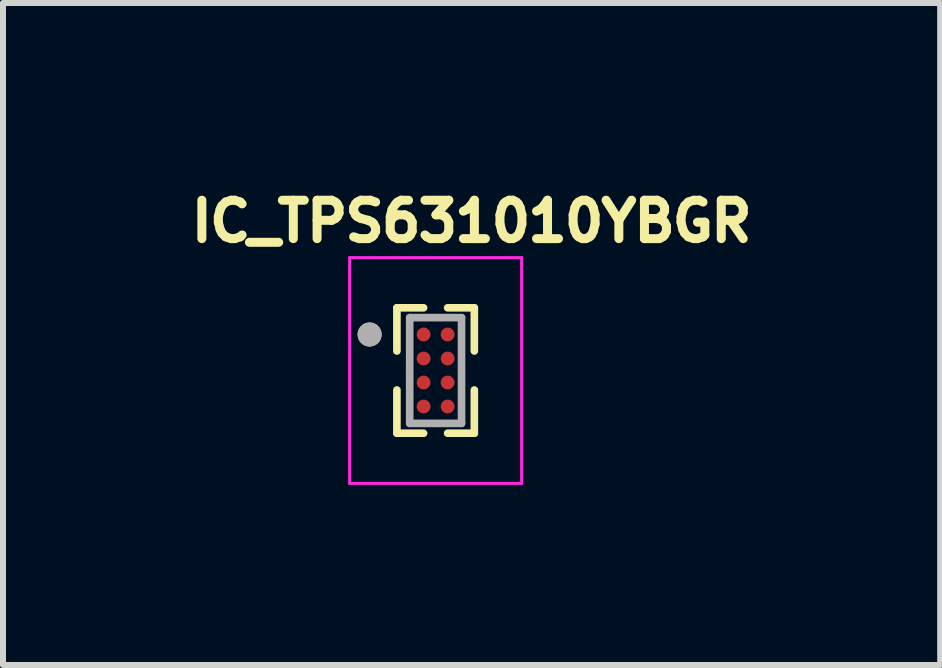
<source format=kicad_pcb>
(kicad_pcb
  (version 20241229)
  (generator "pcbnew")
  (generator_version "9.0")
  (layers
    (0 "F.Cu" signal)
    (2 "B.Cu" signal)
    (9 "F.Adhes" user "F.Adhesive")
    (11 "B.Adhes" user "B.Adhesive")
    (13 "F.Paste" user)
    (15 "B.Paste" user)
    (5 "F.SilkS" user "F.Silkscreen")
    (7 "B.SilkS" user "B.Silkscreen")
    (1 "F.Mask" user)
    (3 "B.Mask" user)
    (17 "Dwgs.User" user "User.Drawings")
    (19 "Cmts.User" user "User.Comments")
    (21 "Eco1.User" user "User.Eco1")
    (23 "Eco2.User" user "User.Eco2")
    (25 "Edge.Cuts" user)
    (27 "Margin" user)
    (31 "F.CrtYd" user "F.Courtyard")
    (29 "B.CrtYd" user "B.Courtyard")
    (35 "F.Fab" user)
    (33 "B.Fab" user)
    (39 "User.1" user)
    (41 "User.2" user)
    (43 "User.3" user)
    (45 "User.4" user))
  (footprint "IC_TPS631010YBGR"
    (layer "F.Cu")
    (at 4.209 3.124)
    (property "Reference" "IC_TPS631010YBGR" (at 0.6 -2.486 0) (layer "F.SilkS") (effects (font (size 0.64 0.64) (thickness 0.15))))
    (attr smd)
    (fp_circle (center -0.2 -0.6) (end -0.117 -0.6) (stroke (width 0.165) (type solid)) (fill no) (layer "F.Mask"))
    (fp_circle (center -0.2 -0.2) (end -0.117 -0.2) (stroke (width 0.165) (type solid)) (fill no) (layer "F.Mask"))
    (fp_circle (center -0.2 0.2) (end -0.117 0.2) (stroke (width 0.165) (type solid)) (fill no) (layer "F.Mask"))
    (fp_circle (center -0.2 0.6) (end -0.117 0.6) (stroke (width 0.165) (type solid)) (fill no) (layer "F.Mask"))
    (fp_circle (center 0.2 -0.6) (end 0.282 -0.6) (stroke (width 0.165) (type solid)) (fill no) (layer "F.Mask"))
    (fp_circle (center 0.2 -0.2) (end 0.282 -0.2) (stroke (width 0.165) (type solid)) (fill no) (layer "F.Mask"))
    (fp_circle (center 0.2 0.2) (end 0.282 0.2) (stroke (width 0.165) (type solid)) (fill no) (layer "F.Mask"))
    (fp_circle (center 0.2 0.6) (end 0.282 0.6) (stroke (width 0.165) (type solid)) (fill no) (layer "F.Mask"))
    (fp_line (start -0.645 -1.045) (end -0.645 -0.325) (stroke (width 0.127) (type solid)) (layer "F.SilkS"))
    (fp_line (start -0.645 0.325) (end -0.645 1.045) (stroke (width 0.127) (type solid)) (layer "F.SilkS"))
    (fp_line (start -0.645 1.045) (end -0.2 1.045) (stroke (width 0.127) (type solid)) (layer "F.SilkS"))
    (fp_line (start -0.2 -1.045) (end -0.645 -1.045) (stroke (width 0.127) (type solid)) (layer "F.SilkS"))
    (fp_line (start 0.2 -1.045) (end 0.645 -1.045) (stroke (width 0.127) (type solid)) (layer "F.SilkS"))
    (fp_line (start 0.2 1.045) (end 0.645 1.045) (stroke (width 0.127) (type solid)) (layer "F.SilkS"))
    (fp_line (start 0.645 -1.045) (end 0.645 -0.325) (stroke (width 0.127) (type solid)) (layer "F.SilkS"))
    (fp_line (start 0.645 1.045) (end 0.645 0.325) (stroke (width 0.127) (type solid)) (layer "F.SilkS"))
    (fp_circle (center -1.1 -0.6) (end -1 -0.6) (stroke (width 0.2) (type solid)) (fill no) (layer "F.SilkS"))
    (fp_poly (pts (xy -0.075 -0.675) (xy -0.075 -0.525) (xy -0.075 -0.522) (xy -0.075 -0.52) (xy -0.076 -0.517) (xy -0.076 -0.515) (xy -0.077 -0.512) (xy -0.077 -0.51) (xy -0.078 -0.507) (xy -0.079 -0.505) (xy -0.08 -0.502) (xy -0.082 -0.5) (xy -0.083 -0.498) (xy -0.085 -0.496) (xy -0.086 -0.494) (xy -0.088 -0.492) (xy -0.09 -0.49) (xy -0.092 -0.488) (xy -0.094 -0.486) (xy -0.096 -0.485) (xy -0.098 -0.483) (xy -0.1 -0.482) (xy -0.102 -0.48) (xy -0.105 -0.479) (xy -0.107 -0.478) (xy -0.11 -0.477) (xy -0.112 -0.477) (xy -0.115 -0.476) (xy -0.117 -0.476) (xy -0.12 -0.475) (xy -0.122 -0.475) (xy -0.125 -0.475) (xy -0.275 -0.475) (xy -0.278 -0.475) (xy -0.28 -0.475) (xy -0.283 -0.476) (xy -0.285 -0.476) (xy -0.288 -0.477) (xy -0.29 -0.477) (xy -0.293 -0.478) (xy -0.295 -0.479) (xy -0.298 -0.48) (xy -0.3 -0.482) (xy -0.302 -0.483) (xy -0.304 -0.485) (xy -0.306 -0.486) (xy -0.308 -0.488) (xy -0.31 -0.49) (xy -0.312 -0.492) (xy -0.314 -0.494) (xy -0.315 -0.496) (xy -0.317 -0.498) (xy -0.318 -0.5) (xy -0.32 -0.502) (xy -0.321 -0.505) (xy -0.322 -0.507) (xy -0.323 -0.51) (xy -0.323 -0.512) (xy -0.324 -0.515) (xy -0.324 -0.517) (xy -0.325 -0.52) (xy -0.325 -0.522) (xy -0.325 -0.525) (xy -0.325 -0.675) (xy -0.325 -0.678) (xy -0.325 -0.68) (xy -0.324 -0.683) (xy -0.324 -0.685) (xy -0.323 -0.688) (xy -0.323 -0.69) (xy -0.322 -0.693) (xy -0.321 -0.695) (xy -0.32 -0.698) (xy -0.318 -0.7) (xy -0.317 -0.702) (xy -0.315 -0.704) (xy -0.314 -0.706) (xy -0.312 -0.708) (xy -0.31 -0.71) (xy -0.308 -0.712) (xy -0.306 -0.714) (xy -0.304 -0.715) (xy -0.302 -0.717) (xy -0.3 -0.718) (xy -0.298 -0.72) (xy -0.295 -0.721) (xy -0.293 -0.722) (xy -0.29 -0.723) (xy -0.288 -0.723) (xy -0.285 -0.724) (xy -0.283 -0.724) (xy -0.28 -0.725) (xy -0.278 -0.725) (xy -0.275 -0.725) (xy -0.125 -0.725) (xy -0.122 -0.725) (xy -0.12 -0.725) (xy -0.117 -0.724) (xy -0.115 -0.724) (xy -0.112 -0.723) (xy -0.11 -0.723) (xy -0.107 -0.722) (xy -0.105 -0.721) (xy -0.102 -0.72) (xy -0.1 -0.718) (xy -0.098 -0.717) (xy -0.096 -0.715) (xy -0.094 -0.714) (xy -0.092 -0.712) (xy -0.09 -0.71) (xy -0.088 -0.708) (xy -0.086 -0.706) (xy -0.085 -0.704) (xy -0.083 -0.702) (xy -0.082 -0.7) (xy -0.08 -0.698) (xy -0.079 -0.695) (xy -0.078 -0.693) (xy -0.077 -0.69) (xy -0.077 -0.688) (xy -0.076 -0.685) (xy -0.076 -0.683) (xy -0.075 -0.68) (xy -0.075 -0.678) (xy -0.075 -0.675)) (stroke (width 0.01) (type solid)) (fill yes) (layer "F.Paste"))
    (fp_poly (pts (xy -0.075 -0.275) (xy -0.075 -0.125) (xy -0.075 -0.122) (xy -0.075 -0.12) (xy -0.076 -0.117) (xy -0.076 -0.115) (xy -0.077 -0.112) (xy -0.077 -0.11) (xy -0.078 -0.107) (xy -0.079 -0.105) (xy -0.08 -0.102) (xy -0.082 -0.1) (xy -0.083 -0.098) (xy -0.085 -0.096) (xy -0.086 -0.094) (xy -0.088 -0.092) (xy -0.09 -0.09) (xy -0.092 -0.088) (xy -0.094 -0.086) (xy -0.096 -0.085) (xy -0.098 -0.083) (xy -0.1 -0.082) (xy -0.102 -0.08) (xy -0.105 -0.079) (xy -0.107 -0.078) (xy -0.11 -0.077) (xy -0.112 -0.077) (xy -0.115 -0.076) (xy -0.117 -0.076) (xy -0.12 -0.075) (xy -0.122 -0.075) (xy -0.125 -0.075) (xy -0.275 -0.075) (xy -0.278 -0.075) (xy -0.28 -0.075) (xy -0.283 -0.076) (xy -0.285 -0.076) (xy -0.288 -0.077) (xy -0.29 -0.077) (xy -0.293 -0.078) (xy -0.295 -0.079) (xy -0.298 -0.08) (xy -0.3 -0.082) (xy -0.302 -0.083) (xy -0.304 -0.085) (xy -0.306 -0.086) (xy -0.308 -0.088) (xy -0.31 -0.09) (xy -0.312 -0.092) (xy -0.314 -0.094) (xy -0.315 -0.096) (xy -0.317 -0.098) (xy -0.318 -0.1) (xy -0.32 -0.102) (xy -0.321 -0.105) (xy -0.322 -0.107) (xy -0.323 -0.11) (xy -0.323 -0.112) (xy -0.324 -0.115) (xy -0.324 -0.117) (xy -0.325 -0.12) (xy -0.325 -0.122) (xy -0.325 -0.125) (xy -0.325 -0.275) (xy -0.325 -0.278) (xy -0.325 -0.28) (xy -0.324 -0.283) (xy -0.324 -0.285) (xy -0.323 -0.288) (xy -0.323 -0.29) (xy -0.322 -0.293) (xy -0.321 -0.295) (xy -0.32 -0.298) (xy -0.318 -0.3) (xy -0.317 -0.302) (xy -0.315 -0.304) (xy -0.314 -0.306) (xy -0.312 -0.308) (xy -0.31 -0.31) (xy -0.308 -0.312) (xy -0.306 -0.314) (xy -0.304 -0.315) (xy -0.302 -0.317) (xy -0.3 -0.318) (xy -0.298 -0.32) (xy -0.295 -0.321) (xy -0.293 -0.322) (xy -0.29 -0.323) (xy -0.288 -0.323) (xy -0.285 -0.324) (xy -0.283 -0.324) (xy -0.28 -0.325) (xy -0.278 -0.325) (xy -0.275 -0.325) (xy -0.125 -0.325) (xy -0.122 -0.325) (xy -0.12 -0.325) (xy -0.117 -0.324) (xy -0.115 -0.324) (xy -0.112 -0.323) (xy -0.11 -0.323) (xy -0.107 -0.322) (xy -0.105 -0.321) (xy -0.102 -0.32) (xy -0.1 -0.318) (xy -0.098 -0.317) (xy -0.096 -0.315) (xy -0.094 -0.314) (xy -0.092 -0.312) (xy -0.09 -0.31) (xy -0.088 -0.308) (xy -0.086 -0.306) (xy -0.085 -0.304) (xy -0.083 -0.302) (xy -0.082 -0.3) (xy -0.08 -0.298) (xy -0.079 -0.295) (xy -0.078 -0.293) (xy -0.077 -0.29) (xy -0.077 -0.288) (xy -0.076 -0.285) (xy -0.076 -0.283) (xy -0.075 -0.28) (xy -0.075 -0.278) (xy -0.075 -0.275)) (stroke (width 0.01) (type solid)) (fill yes) (layer "F.Paste"))
    (fp_poly (pts (xy -0.075 0.125) (xy -0.075 0.275) (xy -0.075 0.278) (xy -0.075 0.28) (xy -0.076 0.283) (xy -0.076 0.285) (xy -0.077 0.288) (xy -0.077 0.29) (xy -0.078 0.293) (xy -0.079 0.295) (xy -0.08 0.298) (xy -0.082 0.3) (xy -0.083 0.302) (xy -0.085 0.304) (xy -0.086 0.306) (xy -0.088 0.308) (xy -0.09 0.31) (xy -0.092 0.312) (xy -0.094 0.314) (xy -0.096 0.315) (xy -0.098 0.317) (xy -0.1 0.318) (xy -0.102 0.32) (xy -0.105 0.321) (xy -0.107 0.322) (xy -0.11 0.323) (xy -0.112 0.323) (xy -0.115 0.324) (xy -0.117 0.324) (xy -0.12 0.325) (xy -0.122 0.325) (xy -0.125 0.325) (xy -0.275 0.325) (xy -0.278 0.325) (xy -0.28 0.325) (xy -0.283 0.324) (xy -0.285 0.324) (xy -0.288 0.323) (xy -0.29 0.323) (xy -0.293 0.322) (xy -0.295 0.321) (xy -0.298 0.32) (xy -0.3 0.318) (xy -0.302 0.317) (xy -0.304 0.315) (xy -0.306 0.314) (xy -0.308 0.312) (xy -0.31 0.31) (xy -0.312 0.308) (xy -0.314 0.306) (xy -0.315 0.304) (xy -0.317 0.302) (xy -0.318 0.3) (xy -0.32 0.298) (xy -0.321 0.295) (xy -0.322 0.293) (xy -0.323 0.29) (xy -0.323 0.288) (xy -0.324 0.285) (xy -0.324 0.283) (xy -0.325 0.28) (xy -0.325 0.278) (xy -0.325 0.275) (xy -0.325 0.125) (xy -0.325 0.122) (xy -0.325 0.12) (xy -0.324 0.117) (xy -0.324 0.115) (xy -0.323 0.112) (xy -0.323 0.11) (xy -0.322 0.107) (xy -0.321 0.105) (xy -0.32 0.102) (xy -0.318 0.1) (xy -0.317 0.098) (xy -0.315 0.096) (xy -0.314 0.094) (xy -0.312 0.092) (xy -0.31 0.09) (xy -0.308 0.088) (xy -0.306 0.086) (xy -0.304 0.085) (xy -0.302 0.083) (xy -0.3 0.082) (xy -0.298 0.08) (xy -0.295 0.079) (xy -0.293 0.078) (xy -0.29 0.077) (xy -0.288 0.077) (xy -0.285 0.076) (xy -0.283 0.076) (xy -0.28 0.075) (xy -0.278 0.075) (xy -0.275 0.075) (xy -0.125 0.075) (xy -0.122 0.075) (xy -0.12 0.075) (xy -0.117 0.076) (xy -0.115 0.076) (xy -0.112 0.077) (xy -0.11 0.077) (xy -0.107 0.078) (xy -0.105 0.079) (xy -0.102 0.08) (xy -0.1 0.082) (xy -0.098 0.083) (xy -0.096 0.085) (xy -0.094 0.086) (xy -0.092 0.088) (xy -0.09 0.09) (xy -0.088 0.092) (xy -0.086 0.094) (xy -0.085 0.096) (xy -0.083 0.098) (xy -0.082 0.1) (xy -0.08 0.102) (xy -0.079 0.105) (xy -0.078 0.107) (xy -0.077 0.11) (xy -0.077 0.112) (xy -0.076 0.115) (xy -0.076 0.117) (xy -0.075 0.12) (xy -0.075 0.122) (xy -0.075 0.125)) (stroke (width 0.01) (type solid)) (fill yes) (layer "F.Paste"))
    (fp_poly (pts (xy -0.075 0.525) (xy -0.075 0.675) (xy -0.075 0.678) (xy -0.075 0.68) (xy -0.076 0.683) (xy -0.076 0.685) (xy -0.077 0.688) (xy -0.077 0.69) (xy -0.078 0.693) (xy -0.079 0.695) (xy -0.08 0.698) (xy -0.082 0.7) (xy -0.083 0.702) (xy -0.085 0.704) (xy -0.086 0.706) (xy -0.088 0.708) (xy -0.09 0.71) (xy -0.092 0.712) (xy -0.094 0.714) (xy -0.096 0.715) (xy -0.098 0.717) (xy -0.1 0.718) (xy -0.102 0.72) (xy -0.105 0.721) (xy -0.107 0.722) (xy -0.11 0.723) (xy -0.112 0.723) (xy -0.115 0.724) (xy -0.117 0.724) (xy -0.12 0.725) (xy -0.122 0.725) (xy -0.125 0.725) (xy -0.275 0.725) (xy -0.278 0.725) (xy -0.28 0.725) (xy -0.283 0.724) (xy -0.285 0.724) (xy -0.288 0.723) (xy -0.29 0.723) (xy -0.293 0.722) (xy -0.295 0.721) (xy -0.298 0.72) (xy -0.3 0.718) (xy -0.302 0.717) (xy -0.304 0.715) (xy -0.306 0.714) (xy -0.308 0.712) (xy -0.31 0.71) (xy -0.312 0.708) (xy -0.314 0.706) (xy -0.315 0.704) (xy -0.317 0.702) (xy -0.318 0.7) (xy -0.32 0.698) (xy -0.321 0.695) (xy -0.322 0.693) (xy -0.323 0.69) (xy -0.323 0.688) (xy -0.324 0.685) (xy -0.324 0.683) (xy -0.325 0.68) (xy -0.325 0.678) (xy -0.325 0.675) (xy -0.325 0.525) (xy -0.325 0.522) (xy -0.325 0.52) (xy -0.324 0.517) (xy -0.324 0.515) (xy -0.323 0.512) (xy -0.323 0.51) (xy -0.322 0.507) (xy -0.321 0.505) (xy -0.32 0.502) (xy -0.318 0.5) (xy -0.317 0.498) (xy -0.315 0.496) (xy -0.314 0.494) (xy -0.312 0.492) (xy -0.31 0.49) (xy -0.308 0.488) (xy -0.306 0.486) (xy -0.304 0.485) (xy -0.302 0.483) (xy -0.3 0.482) (xy -0.298 0.48) (xy -0.295 0.479) (xy -0.293 0.478) (xy -0.29 0.477) (xy -0.288 0.477) (xy -0.285 0.476) (xy -0.283 0.476) (xy -0.28 0.475) (xy -0.278 0.475) (xy -0.275 0.475) (xy -0.125 0.475) (xy -0.122 0.475) (xy -0.12 0.475) (xy -0.117 0.476) (xy -0.115 0.476) (xy -0.112 0.477) (xy -0.11 0.477) (xy -0.107 0.478) (xy -0.105 0.479) (xy -0.102 0.48) (xy -0.1 0.482) (xy -0.098 0.483) (xy -0.096 0.485) (xy -0.094 0.486) (xy -0.092 0.488) (xy -0.09 0.49) (xy -0.088 0.492) (xy -0.086 0.494) (xy -0.085 0.496) (xy -0.083 0.498) (xy -0.082 0.5) (xy -0.08 0.502) (xy -0.079 0.505) (xy -0.078 0.507) (xy -0.077 0.51) (xy -0.077 0.512) (xy -0.076 0.515) (xy -0.076 0.517) (xy -0.075 0.52) (xy -0.075 0.522) (xy -0.075 0.525)) (stroke (width 0.01) (type solid)) (fill yes) (layer "F.Paste"))
    (fp_poly (pts (xy 0.125 0.075) (xy 0.275 0.075) (xy 0.278 0.075) (xy 0.28 0.075) (xy 0.283 0.076) (xy 0.285 0.076) (xy 0.288 0.077) (xy 0.29 0.077) (xy 0.293 0.078) (xy 0.295 0.079) (xy 0.298 0.08) (xy 0.3 0.082) (xy 0.302 0.083) (xy 0.304 0.085) (xy 0.306 0.086) (xy 0.308 0.088) (xy 0.31 0.09) (xy 0.312 0.092) (xy 0.314 0.094) (xy 0.315 0.096) (xy 0.317 0.098) (xy 0.318 0.1) (xy 0.32 0.102) (xy 0.321 0.105) (xy 0.322 0.107) (xy 0.323 0.11) (xy 0.323 0.112) (xy 0.324 0.115) (xy 0.324 0.117) (xy 0.325 0.12) (xy 0.325 0.122) (xy 0.325 0.125) (xy 0.325 0.275) (xy 0.325 0.278) (xy 0.325 0.28) (xy 0.324 0.283) (xy 0.324 0.285) (xy 0.323 0.288) (xy 0.323 0.29) (xy 0.322 0.293) (xy 0.321 0.295) (xy 0.32 0.298) (xy 0.318 0.3) (xy 0.317 0.302) (xy 0.315 0.304) (xy 0.314 0.306) (xy 0.312 0.308) (xy 0.31 0.31) (xy 0.308 0.312) (xy 0.306 0.314) (xy 0.304 0.315) (xy 0.302 0.317) (xy 0.3 0.318) (xy 0.298 0.32) (xy 0.295 0.321) (xy 0.293 0.322) (xy 0.29 0.323) (xy 0.288 0.323) (xy 0.285 0.324) (xy 0.283 0.324) (xy 0.28 0.325) (xy 0.278 0.325) (xy 0.275 0.325) (xy 0.125 0.325) (xy 0.122 0.325) (xy 0.12 0.325) (xy 0.117 0.324) (xy 0.115 0.324) (xy 0.112 0.323) (xy 0.11 0.323) (xy 0.107 0.322) (xy 0.105 0.321) (xy 0.102 0.32) (xy 0.1 0.318) (xy 0.098 0.317) (xy 0.096 0.315) (xy 0.094 0.314) (xy 0.092 0.312) (xy 0.09 0.31) (xy 0.088 0.308) (xy 0.086 0.306) (xy 0.085 0.304) (xy 0.083 0.302) (xy 0.082 0.3) (xy 0.08 0.298) (xy 0.079 0.295) (xy 0.078 0.293) (xy 0.077 0.29) (xy 0.077 0.288) (xy 0.076 0.285) (xy 0.076 0.283) (xy 0.075 0.28) (xy 0.075 0.278) (xy 0.075 0.275) (xy 0.075 0.125) (xy 0.075 0.122) (xy 0.075 0.12) (xy 0.076 0.117) (xy 0.076 0.115) (xy 0.077 0.112) (xy 0.077 0.11) (xy 0.078 0.107) (xy 0.079 0.105) (xy 0.08 0.102) (xy 0.082 0.1) (xy 0.083 0.098) (xy 0.085 0.096) (xy 0.086 0.094) (xy 0.088 0.092) (xy 0.09 0.09) (xy 0.092 0.088) (xy 0.094 0.086) (xy 0.096 0.085) (xy 0.098 0.083) (xy 0.1 0.082) (xy 0.102 0.08) (xy 0.105 0.079) (xy 0.107 0.078) (xy 0.11 0.077) (xy 0.112 0.077) (xy 0.115 0.076) (xy 0.117 0.076) (xy 0.12 0.075) (xy 0.122 0.075) (xy 0.125 0.075)) (stroke (width 0.01) (type solid)) (fill yes) (layer "F.Paste"))
    (fp_poly (pts (xy 0.325 -0.675) (xy 0.325 -0.525) (xy 0.325 -0.522) (xy 0.325 -0.52) (xy 0.324 -0.517) (xy 0.324 -0.515) (xy 0.323 -0.512) (xy 0.323 -0.51) (xy 0.322 -0.507) (xy 0.321 -0.505) (xy 0.32 -0.502) (xy 0.318 -0.5) (xy 0.317 -0.498) (xy 0.315 -0.496) (xy 0.314 -0.494) (xy 0.312 -0.492) (xy 0.31 -0.49) (xy 0.308 -0.488) (xy 0.306 -0.486) (xy 0.304 -0.485) (xy 0.302 -0.483) (xy 0.3 -0.482) (xy 0.298 -0.48) (xy 0.295 -0.479) (xy 0.293 -0.478) (xy 0.29 -0.477) (xy 0.288 -0.477) (xy 0.285 -0.476) (xy 0.283 -0.476) (xy 0.28 -0.475) (xy 0.278 -0.475) (xy 0.275 -0.475) (xy 0.125 -0.475) (xy 0.122 -0.475) (xy 0.12 -0.475) (xy 0.117 -0.476) (xy 0.115 -0.476) (xy 0.112 -0.477) (xy 0.11 -0.477) (xy 0.107 -0.478) (xy 0.105 -0.479) (xy 0.102 -0.48) (xy 0.1 -0.482) (xy 0.098 -0.483) (xy 0.096 -0.485) (xy 0.094 -0.486) (xy 0.092 -0.488) (xy 0.09 -0.49) (xy 0.088 -0.492) (xy 0.086 -0.494) (xy 0.085 -0.496) (xy 0.083 -0.498) (xy 0.082 -0.5) (xy 0.08 -0.502) (xy 0.079 -0.505) (xy 0.078 -0.507) (xy 0.077 -0.51) (xy 0.077 -0.512) (xy 0.076 -0.515) (xy 0.076 -0.517) (xy 0.075 -0.52) (xy 0.075 -0.522) (xy 0.075 -0.525) (xy 0.075 -0.675) (xy 0.075 -0.678) (xy 0.075 -0.68) (xy 0.076 -0.683) (xy 0.076 -0.685) (xy 0.077 -0.688) (xy 0.077 -0.69) (xy 0.078 -0.693) (xy 0.079 -0.695) (xy 0.08 -0.698) (xy 0.082 -0.7) (xy 0.083 -0.702) (xy 0.085 -0.704) (xy 0.086 -0.706) (xy 0.088 -0.708) (xy 0.09 -0.71) (xy 0.092 -0.712) (xy 0.094 -0.714) (xy 0.096 -0.715) (xy 0.098 -0.717) (xy 0.1 -0.718) (xy 0.102 -0.72) (xy 0.105 -0.721) (xy 0.107 -0.722) (xy 0.11 -0.723) (xy 0.112 -0.723) (xy 0.115 -0.724) (xy 0.117 -0.724) (xy 0.12 -0.725) (xy 0.122 -0.725) (xy 0.125 -0.725) (xy 0.275 -0.725) (xy 0.278 -0.725) (xy 0.28 -0.725) (xy 0.283 -0.724) (xy 0.285 -0.724) (xy 0.288 -0.723) (xy 0.29 -0.723) (xy 0.293 -0.722) (xy 0.295 -0.721) (xy 0.298 -0.72) (xy 0.3 -0.718) (xy 0.302 -0.717) (xy 0.304 -0.715) (xy 0.306 -0.714) (xy 0.308 -0.712) (xy 0.31 -0.71) (xy 0.312 -0.708) (xy 0.314 -0.706) (xy 0.315 -0.704) (xy 0.317 -0.702) (xy 0.318 -0.7) (xy 0.32 -0.698) (xy 0.321 -0.695) (xy 0.322 -0.693) (xy 0.323 -0.69) (xy 0.323 -0.688) (xy 0.324 -0.685) (xy 0.324 -0.683) (xy 0.325 -0.68) (xy 0.325 -0.678) (xy 0.325 -0.675)) (stroke (width 0.01) (type solid)) (fill yes) (layer "F.Paste"))
    (fp_poly (pts (xy 0.325 -0.275) (xy 0.325 -0.125) (xy 0.325 -0.122) (xy 0.325 -0.12) (xy 0.324 -0.117) (xy 0.324 -0.115) (xy 0.323 -0.112) (xy 0.323 -0.11) (xy 0.322 -0.107) (xy 0.321 -0.105) (xy 0.32 -0.102) (xy 0.318 -0.1) (xy 0.317 -0.098) (xy 0.315 -0.096) (xy 0.314 -0.094) (xy 0.312 -0.092) (xy 0.31 -0.09) (xy 0.308 -0.088) (xy 0.306 -0.086) (xy 0.304 -0.085) (xy 0.302 -0.083) (xy 0.3 -0.082) (xy 0.298 -0.08) (xy 0.295 -0.079) (xy 0.293 -0.078) (xy 0.29 -0.077) (xy 0.288 -0.077) (xy 0.285 -0.076) (xy 0.283 -0.076) (xy 0.28 -0.075) (xy 0.278 -0.075) (xy 0.275 -0.075) (xy 0.125 -0.075) (xy 0.122 -0.075) (xy 0.12 -0.075) (xy 0.117 -0.076) (xy 0.115 -0.076) (xy 0.112 -0.077) (xy 0.11 -0.077) (xy 0.107 -0.078) (xy 0.105 -0.079) (xy 0.102 -0.08) (xy 0.1 -0.082) (xy 0.098 -0.083) (xy 0.096 -0.085) (xy 0.094 -0.086) (xy 0.092 -0.088) (xy 0.09 -0.09) (xy 0.088 -0.092) (xy 0.086 -0.094) (xy 0.085 -0.096) (xy 0.083 -0.098) (xy 0.082 -0.1) (xy 0.08 -0.102) (xy 0.079 -0.105) (xy 0.078 -0.107) (xy 0.077 -0.11) (xy 0.077 -0.112) (xy 0.076 -0.115) (xy 0.076 -0.117) (xy 0.075 -0.12) (xy 0.075 -0.122) (xy 0.075 -0.125) (xy 0.075 -0.275) (xy 0.075 -0.278) (xy 0.075 -0.28) (xy 0.076 -0.283) (xy 0.076 -0.285) (xy 0.077 -0.288) (xy 0.077 -0.29) (xy 0.078 -0.293) (xy 0.079 -0.295) (xy 0.08 -0.298) (xy 0.082 -0.3) (xy 0.083 -0.302) (xy 0.085 -0.304) (xy 0.086 -0.306) (xy 0.088 -0.308) (xy 0.09 -0.31) (xy 0.092 -0.312) (xy 0.094 -0.314) (xy 0.096 -0.315) (xy 0.098 -0.317) (xy 0.1 -0.318) (xy 0.102 -0.32) (xy 0.105 -0.321) (xy 0.107 -0.322) (xy 0.11 -0.323) (xy 0.112 -0.323) (xy 0.115 -0.324) (xy 0.117 -0.324) (xy 0.12 -0.325) (xy 0.122 -0.325) (xy 0.125 -0.325) (xy 0.275 -0.325) (xy 0.278 -0.325) (xy 0.28 -0.325) (xy 0.283 -0.324) (xy 0.285 -0.324) (xy 0.288 -0.323) (xy 0.29 -0.323) (xy 0.293 -0.322) (xy 0.295 -0.321) (xy 0.298 -0.32) (xy 0.3 -0.318) (xy 0.302 -0.317) (xy 0.304 -0.315) (xy 0.306 -0.314) (xy 0.308 -0.312) (xy 0.31 -0.31) (xy 0.312 -0.308) (xy 0.314 -0.306) (xy 0.315 -0.304) (xy 0.317 -0.302) (xy 0.318 -0.3) (xy 0.32 -0.298) (xy 0.321 -0.295) (xy 0.322 -0.293) (xy 0.323 -0.29) (xy 0.323 -0.288) (xy 0.324 -0.285) (xy 0.324 -0.283) (xy 0.325 -0.28) (xy 0.325 -0.278) (xy 0.325 -0.275)) (stroke (width 0.01) (type solid)) (fill yes) (layer "F.Paste"))
    (fp_poly (pts (xy 0.325 0.525) (xy 0.325 0.675) (xy 0.325 0.678) (xy 0.325 0.68) (xy 0.324 0.683) (xy 0.324 0.685) (xy 0.323 0.688) (xy 0.323 0.69) (xy 0.322 0.693) (xy 0.321 0.695) (xy 0.32 0.698) (xy 0.318 0.7) (xy 0.317 0.702) (xy 0.315 0.704) (xy 0.314 0.706) (xy 0.312 0.708) (xy 0.31 0.71) (xy 0.308 0.712) (xy 0.306 0.714) (xy 0.304 0.715) (xy 0.302 0.717) (xy 0.3 0.718) (xy 0.298 0.72) (xy 0.295 0.721) (xy 0.293 0.722) (xy 0.29 0.723) (xy 0.288 0.723) (xy 0.285 0.724) (xy 0.283 0.724) (xy 0.28 0.725) (xy 0.278 0.725) (xy 0.275 0.725) (xy 0.125 0.725) (xy 0.122 0.725) (xy 0.12 0.725) (xy 0.117 0.724) (xy 0.115 0.724) (xy 0.112 0.723) (xy 0.11 0.723) (xy 0.107 0.722) (xy 0.105 0.721) (xy 0.102 0.72) (xy 0.1 0.718) (xy 0.098 0.717) (xy 0.096 0.715) (xy 0.094 0.714) (xy 0.092 0.712) (xy 0.09 0.71) (xy 0.088 0.708) (xy 0.086 0.706) (xy 0.085 0.704) (xy 0.083 0.702) (xy 0.082 0.7) (xy 0.08 0.698) (xy 0.079 0.695) (xy 0.078 0.693) (xy 0.077 0.69) (xy 0.077 0.688) (xy 0.076 0.685) (xy 0.076 0.683) (xy 0.075 0.68) (xy 0.075 0.678) (xy 0.075 0.675) (xy 0.075 0.525) (xy 0.075 0.522) (xy 0.075 0.52) (xy 0.076 0.517) (xy 0.076 0.515) (xy 0.077 0.512) (xy 0.077 0.51) (xy 0.078 0.507) (xy 0.079 0.505) (xy 0.08 0.502) (xy 0.082 0.5) (xy 0.083 0.498) (xy 0.085 0.496) (xy 0.086 0.494) (xy 0.088 0.492) (xy 0.09 0.49) (xy 0.092 0.488) (xy 0.094 0.486) (xy 0.096 0.485) (xy 0.098 0.483) (xy 0.1 0.482) (xy 0.102 0.48) (xy 0.105 0.479) (xy 0.107 0.478) (xy 0.11 0.477) (xy 0.112 0.477) (xy 0.115 0.476) (xy 0.117 0.476) (xy 0.12 0.475) (xy 0.122 0.475) (xy 0.125 0.475) (xy 0.275 0.475) (xy 0.278 0.475) (xy 0.28 0.475) (xy 0.283 0.476) (xy 0.285 0.476) (xy 0.288 0.477) (xy 0.29 0.477) (xy 0.293 0.478) (xy 0.295 0.479) (xy 0.298 0.48) (xy 0.3 0.482) (xy 0.302 0.483) (xy 0.304 0.485) (xy 0.306 0.486) (xy 0.308 0.488) (xy 0.31 0.49) (xy 0.312 0.492) (xy 0.314 0.494) (xy 0.315 0.496) (xy 0.317 0.498) (xy 0.318 0.5) (xy 0.32 0.502) (xy 0.321 0.505) (xy 0.322 0.507) (xy 0.323 0.51) (xy 0.323 0.512) (xy 0.324 0.515) (xy 0.324 0.517) (xy 0.325 0.52) (xy 0.325 0.522) (xy 0.325 0.525)) (stroke (width 0.01) (type solid)) (fill yes) (layer "F.Paste"))
    (fp_line (start -1.433 -1.881) (end 1.433 -1.881) (stroke (width 0.05) (type solid)) (layer "F.CrtYd"))
    (fp_line (start -1.433 1.881) (end -1.433 -1.881) (stroke (width 0.05) (type solid)) (layer "F.CrtYd"))
    (fp_line (start 1.433 -1.881) (end 1.433 1.881) (stroke (width 0.05) (type solid)) (layer "F.CrtYd"))
    (fp_line (start 1.433 1.881) (end -1.433 1.881) (stroke (width 0.05) (type solid)) (layer "F.CrtYd"))
    (fp_line (start -0.432 -0.881) (end 0.432 -0.881) (stroke (width 0.127) (type solid)) (layer "F.Fab"))
    (fp_line (start -0.432 0.881) (end -0.432 -0.881) (stroke (width 0.127) (type solid)) (layer "F.Fab"))
    (fp_line (start 0.432 -0.881) (end 0.432 0.881) (stroke (width 0.127) (type solid)) (layer "F.Fab"))
    (fp_line (start 0.432 0.881) (end -0.432 0.881) (stroke (width 0.127) (type solid)) (layer "F.Fab"))
    (fp_circle (center -1.1 -0.6) (end -1 -0.6) (stroke (width 0.2) (type solid)) (fill no) (layer "F.Fab"))
    (pad "A1" smd circle (at -0.2 -0.6) (size 0.23 0.23) (layers "F.Cu"))
    (pad "A2" smd circle (at 0.2 -0.6) (size 0.23 0.23) (layers "F.Cu"))
    (pad "B1" smd circle (at -0.2 -0.2) (size 0.23 0.23) (layers "F.Cu"))
    (pad "B2" smd circle (at 0.2 -0.2) (size 0.23 0.23) (layers "F.Cu"))
    (pad "C1" smd circle (at -0.2 0.2) (size 0.23 0.23) (layers "F.Cu"))
    (pad "C2" smd circle (at 0.2 0.2) (size 0.23 0.23) (layers "F.Cu"))
    (pad "D1" smd circle (at -0.2 0.6) (size 0.23 0.23) (layers "F.Cu"))
    (pad "D2" smd circle (at 0.2 0.6) (size 0.23 0.23) (layers "F.Cu")))
  (gr_rect
    (start -3 -3)
    (end 12.617 8.031)
    (stroke (width 0.1) (type default))
    (fill no)
    (layer "Edge.Cuts")))
</source>
